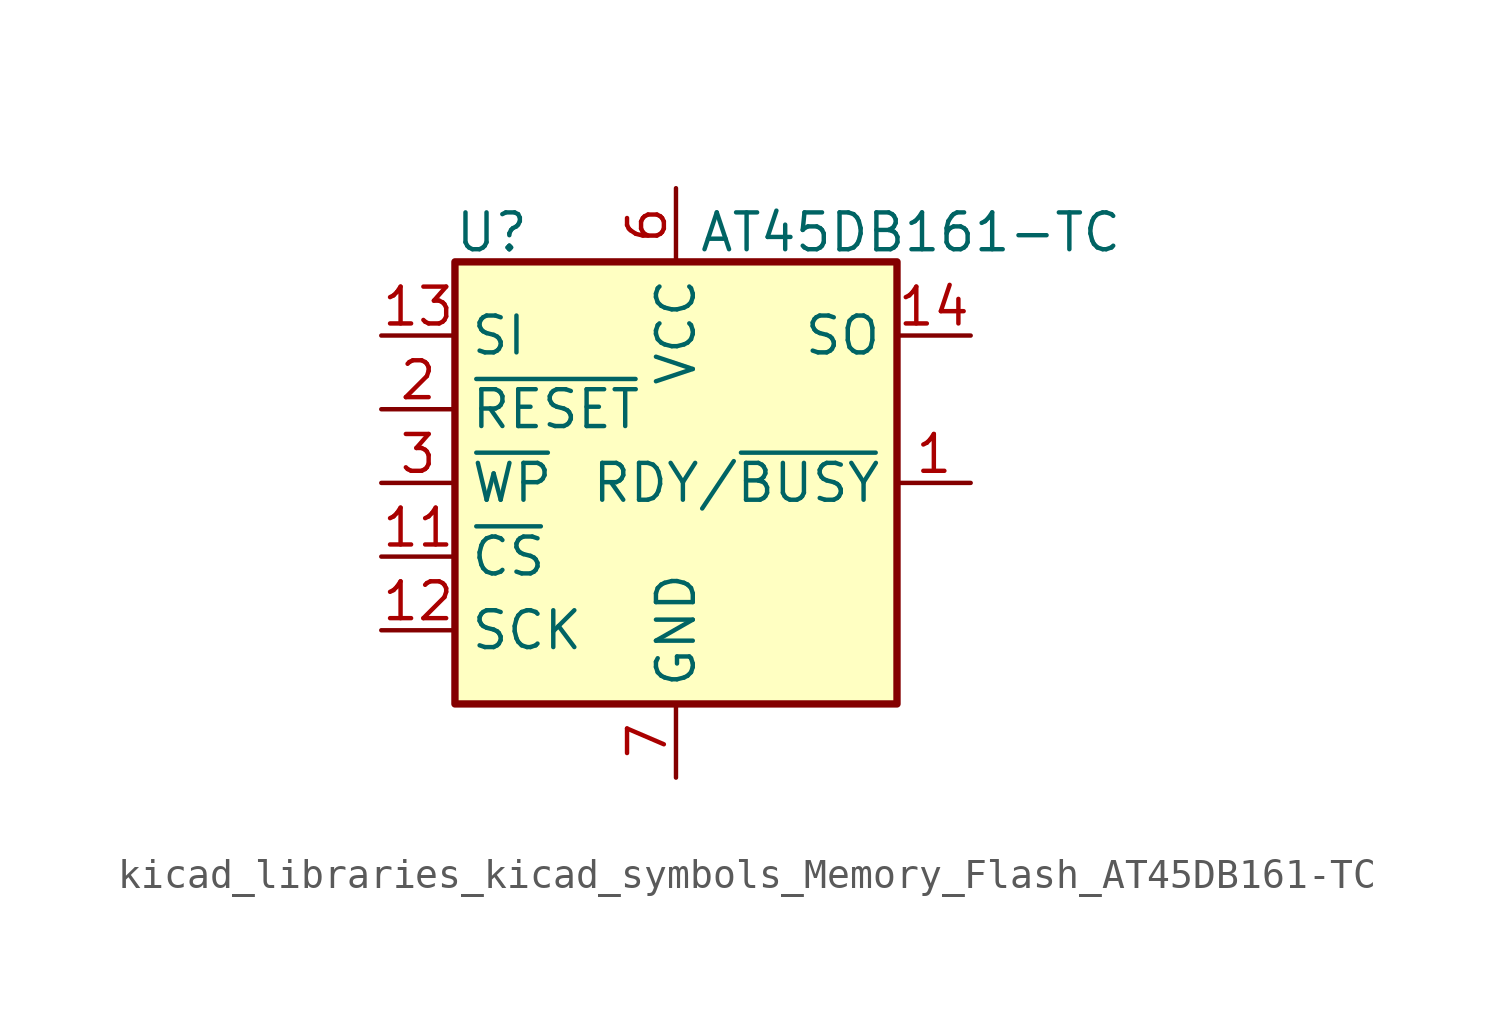
<source format=kicad_sym>
(kicad_symbol_lib
  (version 20220914)
  (generator kicad_symbol_editor)
  (symbol "kicad_libraries_kicad_symbols_Memory_Flash_AT45DB161-TC"
    (property "Reference" "U"
      (at -6.35 8.636 0)
      (effects (font (size 1.27 1.27))))
    (property "Value" "AT45DB161-TC"
      (at 0.762 8.636 0)
      (effects (font (size 1.27 1.27)) (justify left)))
    (symbol "kicad_libraries_kicad_symbols_Memory_Flash_AT45DB161-TC_0_1"
      (rectangle (start -7.62 7.62) (end 7.62 -7.62) (stroke (width 0.254) (type default)) (fill (type background))))
    (symbol "kicad_libraries_kicad_symbols_Memory_Flash_AT45DB161-TC_1_1"
      (pin output line (at 10.16 0 180) (length 2.54) (name "RDY/~{BUSY}" (effects (font (size 1.27 1.27)))) (number "1" (effects (font (size 1.27 1.27)))))
      (pin input line (at -10.16 -2.54 0) (length 2.54) (name "~{CS}" (effects (font (size 1.27 1.27)))) (number "11" (effects (font (size 1.27 1.27)))))
      (pin input line (at -10.16 -5.08 0) (length 2.54) (name "SCK" (effects (font (size 1.27 1.27)))) (number "12" (effects (font (size 1.27 1.27)))))
      (pin input line (at -10.16 5.08 0) (length 2.54) (name "SI" (effects (font (size 1.27 1.27)))) (number "13" (effects (font (size 1.27 1.27)))))
      (pin output line (at 10.16 5.08 180) (length 2.54) (name "SO" (effects (font (size 1.27 1.27)))) (number "14" (effects (font (size 1.27 1.27)))))
      (pin input line (at -10.16 2.54 0) (length 2.54) (name "~{RESET}" (effects (font (size 1.27 1.27)))) (number "2" (effects (font (size 1.27 1.27)))))
      (pin input line (at -10.16 0 0) (length 2.54) (name "~{WP}" (effects (font (size 1.27 1.27)))) (number "3" (effects (font (size 1.27 1.27)))))
      (pin power_in line (at 0 10.16 270) (length 2.54) (name "VCC" (effects (font (size 1.27 1.27)))) (number "6" (effects (font (size 1.27 1.27)))))
      (pin power_in line (at 0 -10.16 90) (length 2.54) (name "GND" (effects (font (size 1.27 1.27)))) (number "7" (effects (font (size 1.27 1.27))))))))
</source>
